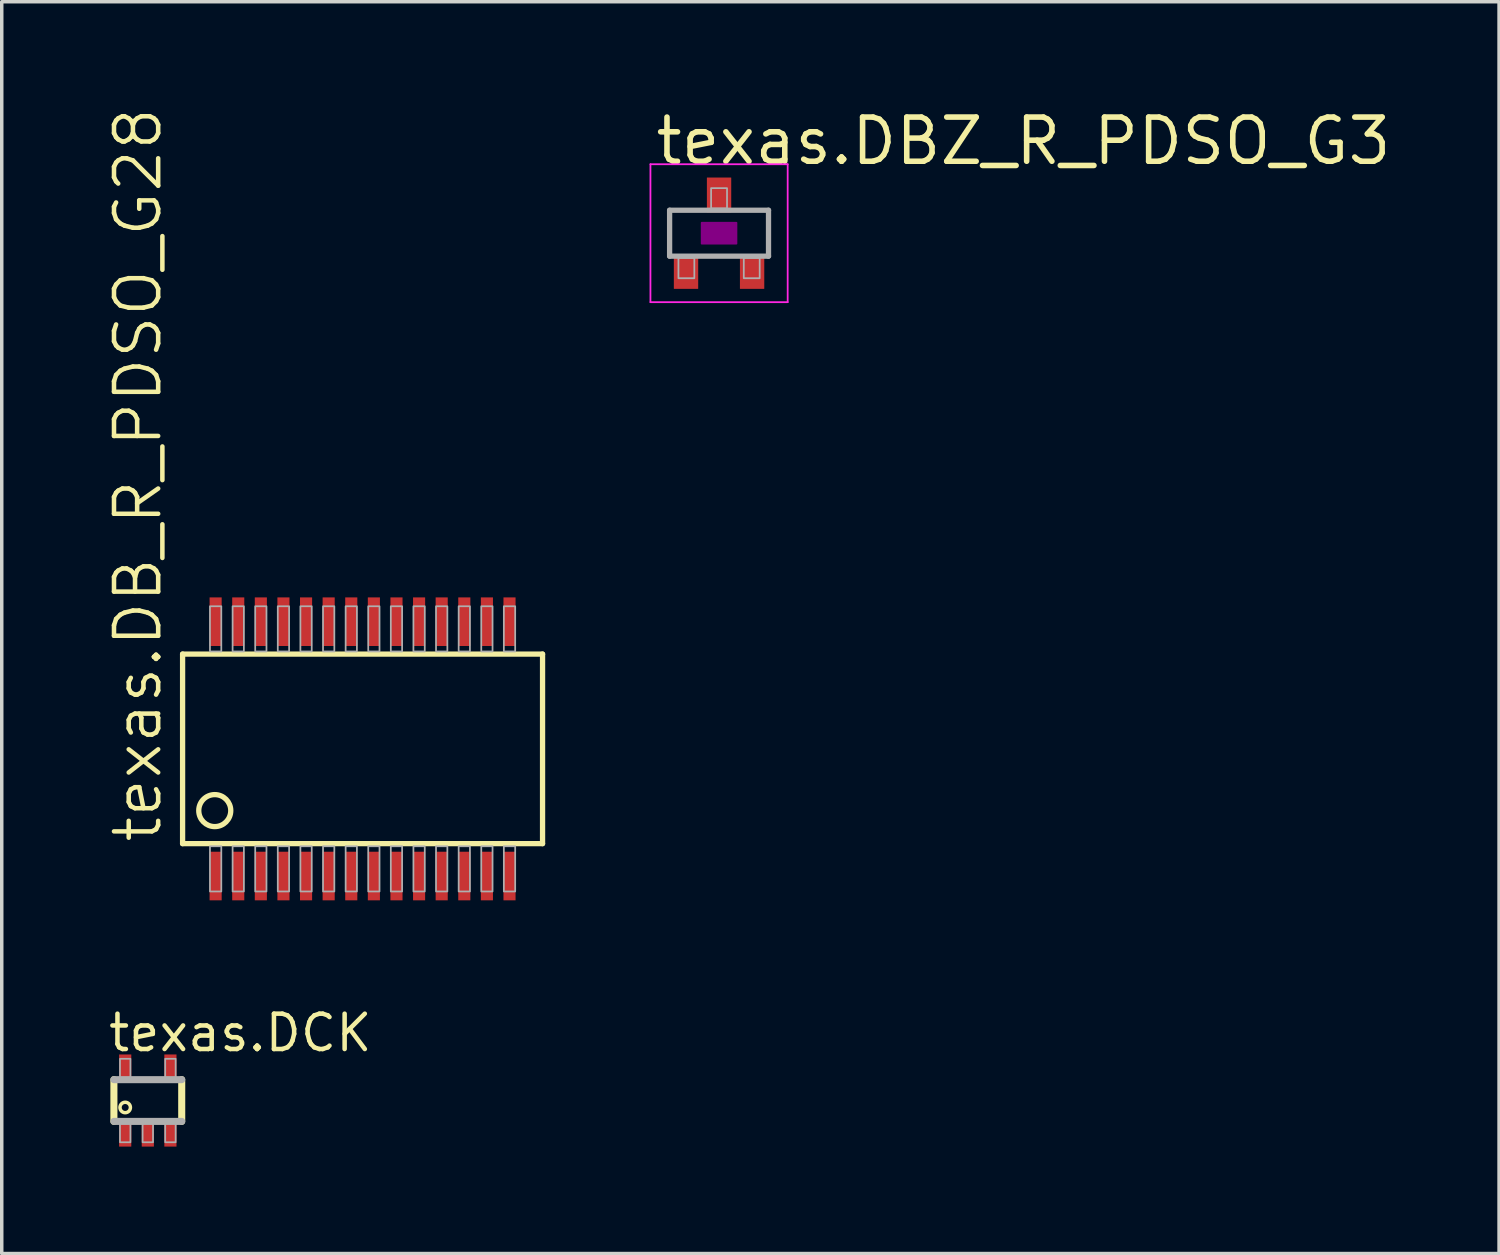
<source format=kicad_pcb>
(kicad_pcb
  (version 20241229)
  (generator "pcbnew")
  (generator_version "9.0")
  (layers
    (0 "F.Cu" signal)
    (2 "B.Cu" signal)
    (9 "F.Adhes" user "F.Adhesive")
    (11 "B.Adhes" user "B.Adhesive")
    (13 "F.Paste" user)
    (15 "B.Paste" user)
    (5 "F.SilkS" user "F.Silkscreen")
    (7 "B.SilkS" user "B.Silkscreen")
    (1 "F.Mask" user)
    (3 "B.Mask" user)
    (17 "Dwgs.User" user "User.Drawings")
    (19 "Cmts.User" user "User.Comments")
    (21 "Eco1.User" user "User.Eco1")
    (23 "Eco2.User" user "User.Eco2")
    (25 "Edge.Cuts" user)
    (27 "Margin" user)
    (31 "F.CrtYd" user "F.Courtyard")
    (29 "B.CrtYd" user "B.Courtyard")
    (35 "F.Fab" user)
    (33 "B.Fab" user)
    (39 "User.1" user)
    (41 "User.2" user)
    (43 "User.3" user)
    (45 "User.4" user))
  (footprint "texas.DBZ_R_PDSO_G3"
    (layer "F.Cu")
    (at 17.625 3.655)
    (property "Reference" "texas.DBZ_R_PDSO_G3" (at -1.905 -1.905 0) (layer "F.SilkS") (effects (font (size 1.27 1.27) (thickness 0.16)) (justify left bottom)))
    (attr smd)
    (fp_rect (start -0.5 0.3) (end 0.5 -0.3) (stroke (width 0.05) (type default)) (fill yes) (layer "F.Adhes"))
    (fp_line (start -1.973 -1.983) (end 1.973 -1.983) (stroke (width 0.051) (type default)) (layer "F.CrtYd"))
    (fp_line (start -1.973 1.983) (end -1.973 -1.983) (stroke (width 0.051) (type default)) (layer "F.CrtYd"))
    (fp_line (start 1.973 -1.983) (end 1.973 1.983) (stroke (width 0.051) (type default)) (layer "F.CrtYd"))
    (fp_line (start 1.973 1.983) (end -1.973 1.983) (stroke (width 0.051) (type default)) (layer "F.CrtYd"))
    (fp_line (start -1.422 -0.66) (end 1.422 -0.66) (stroke (width 0.152) (type default)) (layer "F.Fab"))
    (fp_line (start -1.422 0.66) (end -1.422 -0.66) (stroke (width 0.152) (type default)) (layer "F.Fab"))
    (fp_line (start 1.422 -0.66) (end 1.422 0.66) (stroke (width 0.152) (type default)) (layer "F.Fab"))
    (fp_line (start 1.422 0.66) (end -1.422 0.66) (stroke (width 0.152) (type default)) (layer "F.Fab"))
    (fp_rect (start -1.168 1.295) (end -0.711 0.711) (stroke (width 0.05) (type default)) (fill no) (layer "F.Fab"))
    (fp_rect (start -0.229 -0.711) (end 0.229 -1.295) (stroke (width 0.05) (type default)) (fill no) (layer "F.Fab"))
    (fp_rect (start 0.711 1.295) (end 1.168 0.711) (stroke (width 0.05) (type default)) (fill no) (layer "F.Fab"))
    (pad "1" smd roundrect (at -0.95 1.1) (size 0.7 1) (layers "F.Cu" "F.Mask" "F.Paste") (roundrect_rratio 0.01))
    (pad "2" smd roundrect (at 0.95 1.1) (size 0.7 1) (layers "F.Cu" "F.Mask" "F.Paste") (roundrect_rratio 0.01))
    (pad "3" smd roundrect (at 0 -1.1) (size 0.7 1) (layers "F.Cu" "F.Mask" "F.Paste") (roundrect_rratio 0.01)))
  (footprint "texas.DB_R_PDSO_G28"
    (layer "F.Cu")
    (at 7.375 18.482)
    (property "Reference" "texas.DB_R_PDSO_G28" (at -5.715 2.76 90) (layer "F.SilkS") (effects (font (size 1.27 1.27) (thickness 0.13)) (justify left bottom)))
    (attr smd)
    (fp_line (start -5.175 -2.725) (end 5.175 -2.725) (stroke (width 0.152) (type default)) (layer "F.SilkS"))
    (fp_line (start -5.175 2.725) (end -5.175 -2.725) (stroke (width 0.152) (type default)) (layer "F.SilkS"))
    (fp_line (start 5.175 -2.725) (end 5.175 2.725) (stroke (width 0.152) (type default)) (layer "F.SilkS"))
    (fp_line (start 5.175 2.725) (end -5.175 2.725) (stroke (width 0.152) (type default)) (layer "F.SilkS"))
    (fp_circle (center -4.25 1.775) (end -3.79 1.775) (stroke (width 0.152) (type default)) (fill no) (layer "F.SilkS"))
    (fp_rect (start -4.388 -2.8) (end -4.062 -4.1) (stroke (width 0.05) (type default)) (fill no) (layer "F.Fab"))
    (fp_rect (start -4.388 4.1) (end -4.062 2.8) (stroke (width 0.05) (type default)) (fill no) (layer "F.Fab"))
    (fp_rect (start -3.737 -2.8) (end -3.413 -4.1) (stroke (width 0.05) (type default)) (fill no) (layer "F.Fab"))
    (fp_rect (start -3.737 4.1) (end -3.413 2.8) (stroke (width 0.05) (type default)) (fill no) (layer "F.Fab"))
    (fp_rect (start -3.087 -2.8) (end -2.763 -4.1) (stroke (width 0.05) (type default)) (fill no) (layer "F.Fab"))
    (fp_rect (start -3.087 4.1) (end -2.763 2.8) (stroke (width 0.05) (type default)) (fill no) (layer "F.Fab"))
    (fp_rect (start -2.438 -2.8) (end -2.112 -4.1) (stroke (width 0.05) (type default)) (fill no) (layer "F.Fab"))
    (fp_rect (start -2.438 4.1) (end -2.112 2.8) (stroke (width 0.05) (type default)) (fill no) (layer "F.Fab"))
    (fp_rect (start -1.788 -2.8) (end -1.462 -4.1) (stroke (width 0.05) (type default)) (fill no) (layer "F.Fab"))
    (fp_rect (start -1.788 4.1) (end -1.462 2.8) (stroke (width 0.05) (type default)) (fill no) (layer "F.Fab"))
    (fp_rect (start -1.137 -2.8) (end -0.812 -4.1) (stroke (width 0.05) (type default)) (fill no) (layer "F.Fab"))
    (fp_rect (start -1.137 4.1) (end -0.812 2.8) (stroke (width 0.05) (type default)) (fill no) (layer "F.Fab"))
    (fp_rect (start -0.487 -2.8) (end -0.163 -4.1) (stroke (width 0.05) (type default)) (fill no) (layer "F.Fab"))
    (fp_rect (start -0.487 4.1) (end -0.163 2.8) (stroke (width 0.05) (type default)) (fill no) (layer "F.Fab"))
    (fp_rect (start 0.163 -2.8) (end 0.487 -4.1) (stroke (width 0.05) (type default)) (fill no) (layer "F.Fab"))
    (fp_rect (start 0.163 4.1) (end 0.487 2.8) (stroke (width 0.05) (type default)) (fill no) (layer "F.Fab"))
    (fp_rect (start 0.812 -2.8) (end 1.137 -4.1) (stroke (width 0.05) (type default)) (fill no) (layer "F.Fab"))
    (fp_rect (start 0.812 4.1) (end 1.137 2.8) (stroke (width 0.05) (type default)) (fill no) (layer "F.Fab"))
    (fp_rect (start 1.462 -2.8) (end 1.788 -4.1) (stroke (width 0.05) (type default)) (fill no) (layer "F.Fab"))
    (fp_rect (start 1.462 4.1) (end 1.788 2.8) (stroke (width 0.05) (type default)) (fill no) (layer "F.Fab"))
    (fp_rect (start 2.112 -2.8) (end 2.438 -4.1) (stroke (width 0.05) (type default)) (fill no) (layer "F.Fab"))
    (fp_rect (start 2.112 4.1) (end 2.438 2.8) (stroke (width 0.05) (type default)) (fill no) (layer "F.Fab"))
    (fp_rect (start 2.763 -2.8) (end 3.087 -4.1) (stroke (width 0.05) (type default)) (fill no) (layer "F.Fab"))
    (fp_rect (start 2.763 4.1) (end 3.087 2.8) (stroke (width 0.05) (type default)) (fill no) (layer "F.Fab"))
    (fp_rect (start 3.413 -2.8) (end 3.737 -4.1) (stroke (width 0.05) (type default)) (fill no) (layer "F.Fab"))
    (fp_rect (start 3.413 4.1) (end 3.737 2.8) (stroke (width 0.05) (type default)) (fill no) (layer "F.Fab"))
    (fp_rect (start 4.062 -2.8) (end 4.388 -4.1) (stroke (width 0.05) (type default)) (fill no) (layer "F.Fab"))
    (fp_rect (start 4.062 4.1) (end 4.388 2.8) (stroke (width 0.05) (type default)) (fill no) (layer "F.Fab"))
    (pad "1" smd roundrect (at -4.225 3.656) (size 0.348 1.397) (layers "F.Cu" "F.Mask" "F.Paste") (roundrect_rratio 0.01))
    (pad "2" smd roundrect (at -3.575 3.656) (size 0.348 1.397) (layers "F.Cu" "F.Mask" "F.Paste") (roundrect_rratio 0.01))
    (pad "3" smd roundrect (at -2.925 3.656) (size 0.348 1.397) (layers "F.Cu" "F.Mask" "F.Paste") (roundrect_rratio 0.01))
    (pad "4" smd roundrect (at -2.275 3.656) (size 0.348 1.397) (layers "F.Cu" "F.Mask" "F.Paste") (roundrect_rratio 0.01))
    (pad "5" smd roundrect (at -1.625 3.656) (size 0.348 1.397) (layers "F.Cu" "F.Mask" "F.Paste") (roundrect_rratio 0.01))
    (pad "6" smd roundrect (at -0.975 3.656) (size 0.348 1.397) (layers "F.Cu" "F.Mask" "F.Paste") (roundrect_rratio 0.01))
    (pad "7" smd roundrect (at -0.325 3.656) (size 0.348 1.397) (layers "F.Cu" "F.Mask" "F.Paste") (roundrect_rratio 0.01))
    (pad "8" smd roundrect (at 0.325 3.656) (size 0.348 1.397) (layers "F.Cu" "F.Mask" "F.Paste") (roundrect_rratio 0.01))
    (pad "9" smd roundrect (at 0.975 3.656) (size 0.348 1.397) (layers "F.Cu" "F.Mask" "F.Paste") (roundrect_rratio 0.01))
    (pad "10" smd roundrect (at 1.625 3.656) (size 0.348 1.397) (layers "F.Cu" "F.Mask" "F.Paste") (roundrect_rratio 0.01))
    (pad "11" smd roundrect (at 2.275 3.656) (size 0.348 1.397) (layers "F.Cu" "F.Mask" "F.Paste") (roundrect_rratio 0.01))
    (pad "12" smd roundrect (at 2.925 3.656) (size 0.348 1.397) (layers "F.Cu" "F.Mask" "F.Paste") (roundrect_rratio 0.01))
    (pad "13" smd roundrect (at 3.575 3.656) (size 0.348 1.397) (layers "F.Cu" "F.Mask" "F.Paste") (roundrect_rratio 0.01))
    (pad "14" smd roundrect (at 4.225 3.656) (size 0.348 1.397) (layers "F.Cu" "F.Mask" "F.Paste") (roundrect_rratio 0.01))
    (pad "15" smd roundrect (at 4.225 -3.656) (size 0.348 1.397) (layers "F.Cu" "F.Mask" "F.Paste") (roundrect_rratio 0.01))
    (pad "16" smd roundrect (at 3.575 -3.656) (size 0.348 1.397) (layers "F.Cu" "F.Mask" "F.Paste") (roundrect_rratio 0.01))
    (pad "17" smd roundrect (at 2.925 -3.656) (size 0.348 1.397) (layers "F.Cu" "F.Mask" "F.Paste") (roundrect_rratio 0.01))
    (pad "18" smd roundrect (at 2.275 -3.656) (size 0.348 1.397) (layers "F.Cu" "F.Mask" "F.Paste") (roundrect_rratio 0.01))
    (pad "19" smd roundrect (at 1.625 -3.656) (size 0.348 1.397) (layers "F.Cu" "F.Mask" "F.Paste") (roundrect_rratio 0.01))
    (pad "20" smd roundrect (at 0.975 -3.656) (size 0.348 1.397) (layers "F.Cu" "F.Mask" "F.Paste") (roundrect_rratio 0.01))
    (pad "21" smd roundrect (at 0.325 -3.656) (size 0.348 1.397) (layers "F.Cu" "F.Mask" "F.Paste") (roundrect_rratio 0.01))
    (pad "22" smd roundrect (at -0.325 -3.656) (size 0.348 1.397) (layers "F.Cu" "F.Mask" "F.Paste") (roundrect_rratio 0.01))
    (pad "23" smd roundrect (at -0.975 -3.656) (size 0.348 1.397) (layers "F.Cu" "F.Mask" "F.Paste") (roundrect_rratio 0.01))
    (pad "24" smd roundrect (at -1.625 -3.656) (size 0.348 1.397) (layers "F.Cu" "F.Mask" "F.Paste") (roundrect_rratio 0.01))
    (pad "25" smd roundrect (at -2.275 -3.656) (size 0.348 1.397) (layers "F.Cu" "F.Mask" "F.Paste") (roundrect_rratio 0.01))
    (pad "26" smd roundrect (at -2.925 -3.656) (size 0.348 1.397) (layers "F.Cu" "F.Mask" "F.Paste") (roundrect_rratio 0.01))
    (pad "27" smd roundrect (at -3.575 -3.656) (size 0.348 1.397) (layers "F.Cu" "F.Mask" "F.Paste") (roundrect_rratio 0.01))
    (pad "28" smd roundrect (at -4.225 -3.656) (size 0.348 1.397) (layers "F.Cu" "F.Mask" "F.Paste") (roundrect_rratio 0.01)))
  (footprint "texas.DCK"
    (layer "F.Cu")
    (at 1.2 28.593)
    (property "Reference" "texas.DCK" (at -1.2 -1.35 0) (layer "F.SilkS") (effects (font (size 1.016 1.016) (thickness 0.13)) (justify left bottom)))
    (attr smd)
    (fp_rect (start -0.875 -0.475) (end -0.425 -1.375) (stroke (width 0.05) (type default)) (fill yes) (layer "F.Mask"))
    (fp_rect (start -0.875 1.375) (end -0.425 0.475) (stroke (width 0.05) (type default)) (fill yes) (layer "F.Mask"))
    (fp_rect (start -0.225 1.375) (end 0.225 0.475) (stroke (width 0.05) (type default)) (fill yes) (layer "F.Mask"))
    (fp_rect (start 0.425 -0.475) (end 0.875 -1.375) (stroke (width 0.05) (type default)) (fill yes) (layer "F.Mask"))
    (fp_rect (start 0.425 1.375) (end 0.875 0.475) (stroke (width 0.05) (type default)) (fill yes) (layer "F.Mask"))
    (fp_line (start -0.975 0.6) (end -0.975 -0.6) (stroke (width 0.203) (type default)) (layer "F.SilkS"))
    (fp_line (start 0.975 -0.6) (end 0.975 0.6) (stroke (width 0.203) (type default)) (layer "F.SilkS"))
    (fp_circle (center -0.65 0.2) (end -0.5 0.2) (stroke (width 0.1) (type default)) (fill no) (layer "F.SilkS"))
    (fp_line (start -0.975 -0.6) (end 0.975 -0.6) (stroke (width 0.203) (type default)) (layer "F.Fab"))
    (fp_line (start 0.975 0.6) (end -0.975 0.6) (stroke (width 0.203) (type default)) (layer "F.Fab"))
    (fp_rect (start -0.8 -0.6) (end -0.5 -1.2) (stroke (width 0.05) (type default)) (fill no) (layer "F.Fab"))
    (fp_rect (start -0.8 1.2) (end -0.5 0.6) (stroke (width 0.05) (type default)) (fill no) (layer "F.Fab"))
    (fp_rect (start -0.15 1.2) (end 0.15 0.6) (stroke (width 0.05) (type default)) (fill no) (layer "F.Fab"))
    (fp_rect (start 0.5 -0.6) (end 0.8 -1.2) (stroke (width 0.05) (type default)) (fill no) (layer "F.Fab"))
    (fp_rect (start 0.5 1.2) (end 0.8 0.6) (stroke (width 0.05) (type default)) (fill no) (layer "F.Fab"))
    (pad "1" smd roundrect (at -0.65 0.925) (size 0.35 0.8) (layers "F.Cu" "F.Mask" "F.Paste") (roundrect_rratio 0.01))
    (pad "2" smd roundrect (at 0 0.925) (size 0.35 0.8) (layers "F.Cu" "F.Mask" "F.Paste") (roundrect_rratio 0.01))
    (pad "3" smd roundrect (at 0.65 0.925) (size 0.35 0.8) (layers "F.Cu" "F.Mask" "F.Paste") (roundrect_rratio 0.01))
    (pad "4" smd roundrect (at 0.65 -0.925) (size 0.35 0.8) (layers "F.Cu" "F.Mask" "F.Paste") (roundrect_rratio 0.01))
    (pad "5" smd roundrect (at -0.65 -0.925) (size 0.35 0.8) (layers "F.Cu" "F.Mask" "F.Paste") (roundrect_rratio 0.01)))
  (gr_rect
    (start -3 -3)
    (end 40.052 32.993)
    (stroke (width 0.1) (type default))
    (fill no)
    (layer "Edge.Cuts")))
</source>
